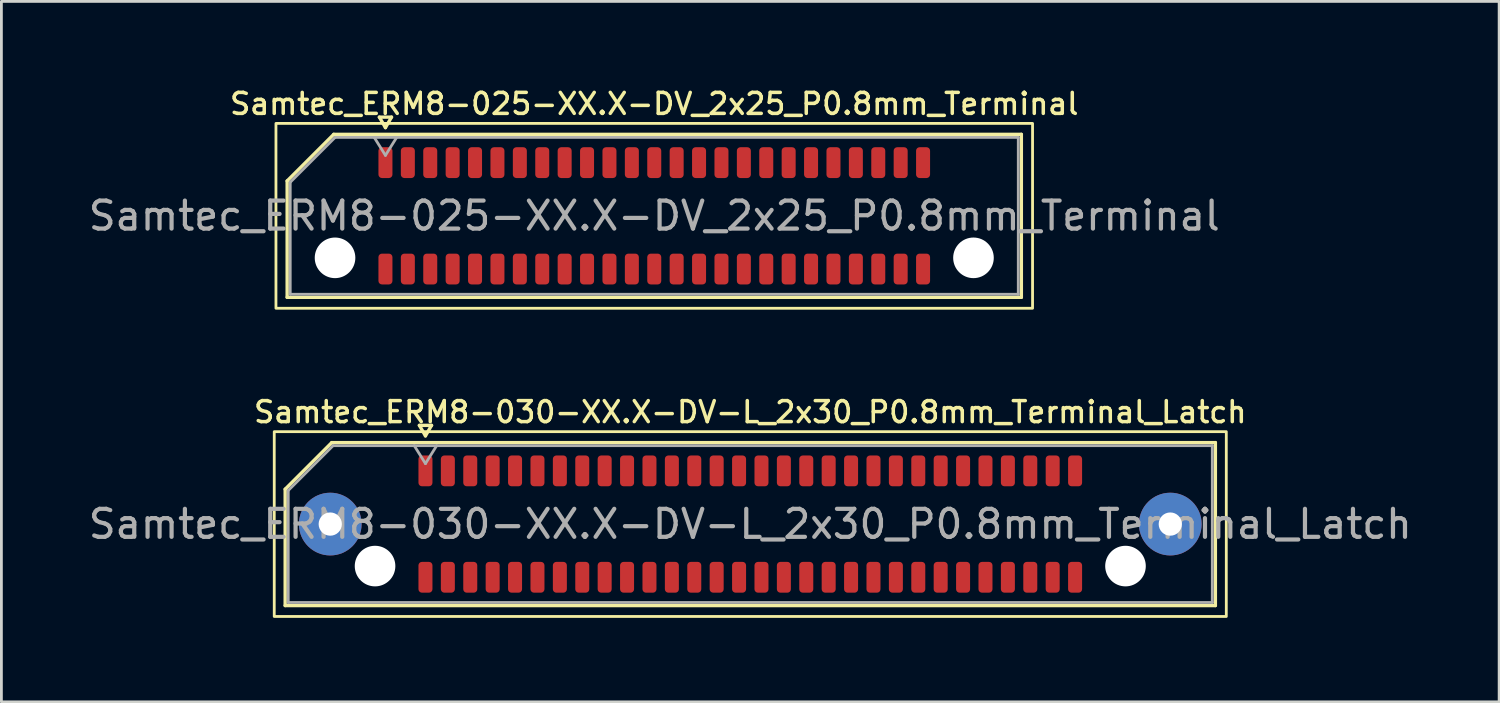
<source format=kicad_pcb>
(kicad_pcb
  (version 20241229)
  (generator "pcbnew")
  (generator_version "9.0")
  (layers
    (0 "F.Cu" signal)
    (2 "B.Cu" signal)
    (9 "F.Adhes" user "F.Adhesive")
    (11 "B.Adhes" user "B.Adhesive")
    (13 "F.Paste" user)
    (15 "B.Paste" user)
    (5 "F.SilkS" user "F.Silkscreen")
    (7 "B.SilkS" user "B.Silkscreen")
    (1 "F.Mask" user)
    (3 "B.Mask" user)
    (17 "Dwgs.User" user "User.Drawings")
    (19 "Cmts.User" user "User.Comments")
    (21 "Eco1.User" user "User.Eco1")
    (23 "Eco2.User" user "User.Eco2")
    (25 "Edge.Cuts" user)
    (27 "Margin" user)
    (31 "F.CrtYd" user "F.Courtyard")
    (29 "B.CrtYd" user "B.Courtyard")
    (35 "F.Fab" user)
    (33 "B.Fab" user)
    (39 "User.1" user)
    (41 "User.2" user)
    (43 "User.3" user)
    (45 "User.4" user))
  (footprint "Samtec_ERM8-030-XX.X-DV-L_2x30_P0.8mm_Terminal_Latch"
    (layer "F.Cu")
    (at 23.744 15.666)
    (property "Reference" "Samtec_ERM8-030-XX.X-DV-L_2x30_P0.8mm_Terminal_Latch" (at 0 -4 0) (layer "F.SilkS") (effects (font (size 0.75 0.75) (thickness 0.125))))
    (attr smd)
    (fp_line (start -16.61 -1.246) (end -14.946 -2.91) (stroke (width 0.12) (type solid)) (layer "F.SilkS"))
    (fp_line (start -16.61 2.91) (end -16.61 -1.246) (stroke (width 0.12) (type solid)) (layer "F.SilkS"))
    (fp_line (start -14.946 -2.91) (end 16.61 -2.91) (stroke (width 0.12) (type solid)) (layer "F.SilkS"))
    (fp_line (start -11.817 -3.525) (end -11.6 -3.15) (stroke (width 0.12) (type solid)) (layer "F.SilkS"))
    (fp_line (start -11.6 -3.15) (end -11.383 -3.525) (stroke (width 0.12) (type solid)) (layer "F.SilkS"))
    (fp_line (start -11.383 -3.525) (end -11.817 -3.525) (stroke (width 0.12) (type solid)) (layer "F.SilkS"))
    (fp_line (start 16.61 -2.91) (end 16.61 2.91) (stroke (width 0.12) (type solid)) (layer "F.SilkS"))
    (fp_line (start 16.61 2.91) (end -16.61 2.91) (stroke (width 0.12) (type solid)) (layer "F.SilkS"))
    (fp_rect (start -17 -3.3) (end 17 3.3) (stroke (width 0.1) (type solid)) (fill no) (layer "F.SilkS"))
    (fp_line (start -16.5 -1.2) (end -14.9 -2.8) (stroke (width 0.1) (type solid)) (layer "F.Fab"))
    (fp_line (start -16.5 2.8) (end -16.5 -1.2) (stroke (width 0.1) (type solid)) (layer "F.Fab"))
    (fp_line (start -14.9 -2.8) (end 16.5 -2.8) (stroke (width 0.1) (type solid)) (layer "F.Fab"))
    (fp_line (start -12 -2.8) (end -11.6 -2.16) (stroke (width 0.1) (type solid)) (layer "F.Fab"))
    (fp_line (start -11.6 -2.16) (end -11.2 -2.8) (stroke (width 0.1) (type solid)) (layer "F.Fab"))
    (fp_line (start 16.5 -2.8) (end 16.5 2.8) (stroke (width 0.1) (type solid)) (layer "F.Fab"))
    (fp_line (start 16.5 2.8) (end -16.5 2.8) (stroke (width 0.1) (type solid)) (layer "F.Fab"))
    (fp_text user "${REFERENCE}" (at 0 0 0) (layer "F.Fab") (effects (font (size 1 1) (thickness 0.15))))
    (pad "" thru_hole circle (at -15 0) (size 2.24 2.24) (drill 0.83) (layers "*.Cu" "*.Mask" "F.Paste"))
    (pad "" np_thru_hole circle (at -13.4 1.5) (size 1.45 1.45) (drill 1.45) (layers "*.Cu" "*.Mask"))
    (pad "" np_thru_hole circle (at 13.4 1.5) (size 1.45 1.45) (drill 1.45) (layers "*.Cu" "*.Mask"))
    (pad "" thru_hole circle (at 15 0) (size 2.24 2.24) (drill 0.83) (layers "*.Cu" "*.Mask" "F.Paste"))
    (pad "1" smd roundrect (at -11.6 -1.9) (size 0.5 1.1) (layers "F.Cu" "F.Mask" "F.Paste") (roundrect_rratio 0.25))
    (pad "2" smd roundrect (at -11.6 1.9) (size 0.5 1.1) (layers "F.Cu" "F.Mask" "F.Paste") (roundrect_rratio 0.25))
    (pad "3" smd roundrect (at -10.8 -1.9) (size 0.5 1.1) (layers "F.Cu" "F.Mask" "F.Paste") (roundrect_rratio 0.25))
    (pad "4" smd roundrect (at -10.8 1.9) (size 0.5 1.1) (layers "F.Cu" "F.Mask" "F.Paste") (roundrect_rratio 0.25))
    (pad "5" smd roundrect (at -10 -1.9) (size 0.5 1.1) (layers "F.Cu" "F.Mask" "F.Paste") (roundrect_rratio 0.25))
    (pad "6" smd roundrect (at -10 1.9) (size 0.5 1.1) (layers "F.Cu" "F.Mask" "F.Paste") (roundrect_rratio 0.25))
    (pad "7" smd roundrect (at -9.2 -1.9) (size 0.5 1.1) (layers "F.Cu" "F.Mask" "F.Paste") (roundrect_rratio 0.25))
    (pad "8" smd roundrect (at -9.2 1.9) (size 0.5 1.1) (layers "F.Cu" "F.Mask" "F.Paste") (roundrect_rratio 0.25))
    (pad "9" smd roundrect (at -8.4 -1.9) (size 0.5 1.1) (layers "F.Cu" "F.Mask" "F.Paste") (roundrect_rratio 0.25))
    (pad "10" smd roundrect (at -8.4 1.9) (size 0.5 1.1) (layers "F.Cu" "F.Mask" "F.Paste") (roundrect_rratio 0.25))
    (pad "11" smd roundrect (at -7.6 -1.9) (size 0.5 1.1) (layers "F.Cu" "F.Mask" "F.Paste") (roundrect_rratio 0.25))
    (pad "12" smd roundrect (at -7.6 1.9) (size 0.5 1.1) (layers "F.Cu" "F.Mask" "F.Paste") (roundrect_rratio 0.25))
    (pad "13" smd roundrect (at -6.8 -1.9) (size 0.5 1.1) (layers "F.Cu" "F.Mask" "F.Paste") (roundrect_rratio 0.25))
    (pad "14" smd roundrect (at -6.8 1.9) (size 0.5 1.1) (layers "F.Cu" "F.Mask" "F.Paste") (roundrect_rratio 0.25))
    (pad "15" smd roundrect (at -6 -1.9) (size 0.5 1.1) (layers "F.Cu" "F.Mask" "F.Paste") (roundrect_rratio 0.25))
    (pad "16" smd roundrect (at -6 1.9) (size 0.5 1.1) (layers "F.Cu" "F.Mask" "F.Paste") (roundrect_rratio 0.25))
    (pad "17" smd roundrect (at -5.2 -1.9) (size 0.5 1.1) (layers "F.Cu" "F.Mask" "F.Paste") (roundrect_rratio 0.25))
    (pad "18" smd roundrect (at -5.2 1.9) (size 0.5 1.1) (layers "F.Cu" "F.Mask" "F.Paste") (roundrect_rratio 0.25))
    (pad "19" smd roundrect (at -4.4 -1.9) (size 0.5 1.1) (layers "F.Cu" "F.Mask" "F.Paste") (roundrect_rratio 0.25))
    (pad "20" smd roundrect (at -4.4 1.9) (size 0.5 1.1) (layers "F.Cu" "F.Mask" "F.Paste") (roundrect_rratio 0.25))
    (pad "21" smd roundrect (at -3.6 -1.9) (size 0.5 1.1) (layers "F.Cu" "F.Mask" "F.Paste") (roundrect_rratio 0.25))
    (pad "22" smd roundrect (at -3.6 1.9) (size 0.5 1.1) (layers "F.Cu" "F.Mask" "F.Paste") (roundrect_rratio 0.25))
    (pad "23" smd roundrect (at -2.8 -1.9) (size 0.5 1.1) (layers "F.Cu" "F.Mask" "F.Paste") (roundrect_rratio 0.25))
    (pad "24" smd roundrect (at -2.8 1.9) (size 0.5 1.1) (layers "F.Cu" "F.Mask" "F.Paste") (roundrect_rratio 0.25))
    (pad "25" smd roundrect (at -2 -1.9) (size 0.5 1.1) (layers "F.Cu" "F.Mask" "F.Paste") (roundrect_rratio 0.25))
    (pad "26" smd roundrect (at -2 1.9) (size 0.5 1.1) (layers "F.Cu" "F.Mask" "F.Paste") (roundrect_rratio 0.25))
    (pad "27" smd roundrect (at -1.2 -1.9) (size 0.5 1.1) (layers "F.Cu" "F.Mask" "F.Paste") (roundrect_rratio 0.25))
    (pad "28" smd roundrect (at -1.2 1.9) (size 0.5 1.1) (layers "F.Cu" "F.Mask" "F.Paste") (roundrect_rratio 0.25))
    (pad "29" smd roundrect (at -0.4 -1.9) (size 0.5 1.1) (layers "F.Cu" "F.Mask" "F.Paste") (roundrect_rratio 0.25))
    (pad "30" smd roundrect (at -0.4 1.9) (size 0.5 1.1) (layers "F.Cu" "F.Mask" "F.Paste") (roundrect_rratio 0.25))
    (pad "31" smd roundrect (at 0.4 -1.9) (size 0.5 1.1) (layers "F.Cu" "F.Mask" "F.Paste") (roundrect_rratio 0.25))
    (pad "32" smd roundrect (at 0.4 1.9) (size 0.5 1.1) (layers "F.Cu" "F.Mask" "F.Paste") (roundrect_rratio 0.25))
    (pad "33" smd roundrect (at 1.2 -1.9) (size 0.5 1.1) (layers "F.Cu" "F.Mask" "F.Paste") (roundrect_rratio 0.25))
    (pad "34" smd roundrect (at 1.2 1.9) (size 0.5 1.1) (layers "F.Cu" "F.Mask" "F.Paste") (roundrect_rratio 0.25))
    (pad "35" smd roundrect (at 2 -1.9) (size 0.5 1.1) (layers "F.Cu" "F.Mask" "F.Paste") (roundrect_rratio 0.25))
    (pad "36" smd roundrect (at 2 1.9) (size 0.5 1.1) (layers "F.Cu" "F.Mask" "F.Paste") (roundrect_rratio 0.25))
    (pad "37" smd roundrect (at 2.8 -1.9) (size 0.5 1.1) (layers "F.Cu" "F.Mask" "F.Paste") (roundrect_rratio 0.25))
    (pad "38" smd roundrect (at 2.8 1.9) (size 0.5 1.1) (layers "F.Cu" "F.Mask" "F.Paste") (roundrect_rratio 0.25))
    (pad "39" smd roundrect (at 3.6 -1.9) (size 0.5 1.1) (layers "F.Cu" "F.Mask" "F.Paste") (roundrect_rratio 0.25))
    (pad "40" smd roundrect (at 3.6 1.9) (size 0.5 1.1) (layers "F.Cu" "F.Mask" "F.Paste") (roundrect_rratio 0.25))
    (pad "41" smd roundrect (at 4.4 -1.9) (size 0.5 1.1) (layers "F.Cu" "F.Mask" "F.Paste") (roundrect_rratio 0.25))
    (pad "42" smd roundrect (at 4.4 1.9) (size 0.5 1.1) (layers "F.Cu" "F.Mask" "F.Paste") (roundrect_rratio 0.25))
    (pad "43" smd roundrect (at 5.2 -1.9) (size 0.5 1.1) (layers "F.Cu" "F.Mask" "F.Paste") (roundrect_rratio 0.25))
    (pad "44" smd roundrect (at 5.2 1.9) (size 0.5 1.1) (layers "F.Cu" "F.Mask" "F.Paste") (roundrect_rratio 0.25))
    (pad "45" smd roundrect (at 6 -1.9) (size 0.5 1.1) (layers "F.Cu" "F.Mask" "F.Paste") (roundrect_rratio 0.25))
    (pad "46" smd roundrect (at 6 1.9) (size 0.5 1.1) (layers "F.Cu" "F.Mask" "F.Paste") (roundrect_rratio 0.25))
    (pad "47" smd roundrect (at 6.8 -1.9) (size 0.5 1.1) (layers "F.Cu" "F.Mask" "F.Paste") (roundrect_rratio 0.25))
    (pad "48" smd roundrect (at 6.8 1.9) (size 0.5 1.1) (layers "F.Cu" "F.Mask" "F.Paste") (roundrect_rratio 0.25))
    (pad "49" smd roundrect (at 7.6 -1.9) (size 0.5 1.1) (layers "F.Cu" "F.Mask" "F.Paste") (roundrect_rratio 0.25))
    (pad "50" smd roundrect (at 7.6 1.9) (size 0.5 1.1) (layers "F.Cu" "F.Mask" "F.Paste") (roundrect_rratio 0.25))
    (pad "51" smd roundrect (at 8.4 -1.9) (size 0.5 1.1) (layers "F.Cu" "F.Mask" "F.Paste") (roundrect_rratio 0.25))
    (pad "52" smd roundrect (at 8.4 1.9) (size 0.5 1.1) (layers "F.Cu" "F.Mask" "F.Paste") (roundrect_rratio 0.25))
    (pad "53" smd roundrect (at 9.2 -1.9) (size 0.5 1.1) (layers "F.Cu" "F.Mask" "F.Paste") (roundrect_rratio 0.25))
    (pad "54" smd roundrect (at 9.2 1.9) (size 0.5 1.1) (layers "F.Cu" "F.Mask" "F.Paste") (roundrect_rratio 0.25))
    (pad "55" smd roundrect (at 10 -1.9) (size 0.5 1.1) (layers "F.Cu" "F.Mask" "F.Paste") (roundrect_rratio 0.25))
    (pad "56" smd roundrect (at 10 1.9) (size 0.5 1.1) (layers "F.Cu" "F.Mask" "F.Paste") (roundrect_rratio 0.25))
    (pad "57" smd roundrect (at 10.8 -1.9) (size 0.5 1.1) (layers "F.Cu" "F.Mask" "F.Paste") (roundrect_rratio 0.25))
    (pad "58" smd roundrect (at 10.8 1.9) (size 0.5 1.1) (layers "F.Cu" "F.Mask" "F.Paste") (roundrect_rratio 0.25))
    (pad "59" smd roundrect (at 11.6 -1.9) (size 0.5 1.1) (layers "F.Cu" "F.Mask" "F.Paste") (roundrect_rratio 0.25))
    (pad "60" smd roundrect (at 11.6 1.9) (size 0.5 1.1) (layers "F.Cu" "F.Mask" "F.Paste") (roundrect_rratio 0.25)))
  (footprint "Samtec_ERM8-025-XX.X-DV_2x25_P0.8mm_Terminal"
    (layer "F.Cu")
    (at 20.315 4.658)
    (property "Reference" "Samtec_ERM8-025-XX.X-DV_2x25_P0.8mm_Terminal" (at 0 -4 0) (layer "F.SilkS") (effects (font (size 0.75 0.75) (thickness 0.125))))
    (attr smd)
    (fp_line (start -13.11 -1.246) (end -11.446 -2.91) (stroke (width 0.12) (type solid)) (layer "F.SilkS"))
    (fp_line (start -13.11 2.91) (end -13.11 -1.246) (stroke (width 0.12) (type solid)) (layer "F.SilkS"))
    (fp_line (start -11.446 -2.91) (end 13.11 -2.91) (stroke (width 0.12) (type solid)) (layer "F.SilkS"))
    (fp_line (start -9.817 -3.525) (end -9.6 -3.15) (stroke (width 0.12) (type solid)) (layer "F.SilkS"))
    (fp_line (start -9.6 -3.15) (end -9.383 -3.525) (stroke (width 0.12) (type solid)) (layer "F.SilkS"))
    (fp_line (start -9.383 -3.525) (end -9.817 -3.525) (stroke (width 0.12) (type solid)) (layer "F.SilkS"))
    (fp_line (start 13.11 -2.91) (end 13.11 2.91) (stroke (width 0.12) (type solid)) (layer "F.SilkS"))
    (fp_line (start 13.11 2.91) (end -13.11 2.91) (stroke (width 0.12) (type solid)) (layer "F.SilkS"))
    (fp_rect (start -13.51 -3.3) (end 13.51 3.3) (stroke (width 0.1) (type solid)) (fill no) (layer "F.SilkS"))
    (fp_line (start -13 -1.2) (end -11.4 -2.8) (stroke (width 0.1) (type solid)) (layer "F.Fab"))
    (fp_line (start -13 2.8) (end -13 -1.2) (stroke (width 0.1) (type solid)) (layer "F.Fab"))
    (fp_line (start -11.4 -2.8) (end 13 -2.8) (stroke (width 0.1) (type solid)) (layer "F.Fab"))
    (fp_line (start -10 -2.8) (end -9.6 -2.16) (stroke (width 0.1) (type solid)) (layer "F.Fab"))
    (fp_line (start -9.6 -2.16) (end -9.2 -2.8) (stroke (width 0.1) (type solid)) (layer "F.Fab"))
    (fp_line (start 13 -2.8) (end 13 2.8) (stroke (width 0.1) (type solid)) (layer "F.Fab"))
    (fp_line (start 13 2.8) (end -13 2.8) (stroke (width 0.1) (type solid)) (layer "F.Fab"))
    (fp_text user "${REFERENCE}" (at 0 0 0) (layer "F.Fab") (effects (font (size 1 1) (thickness 0.15))))
    (pad "" np_thru_hole circle (at -11.4 1.5) (size 1.45 1.45) (drill 1.45) (layers "*.Cu" "*.Mask"))
    (pad "" np_thru_hole circle (at 11.4 1.5) (size 1.45 1.45) (drill 1.45) (layers "*.Cu" "*.Mask"))
    (pad "1" smd roundrect (at -9.6 -1.9) (size 0.5 1.1) (layers "F.Cu" "F.Mask" "F.Paste") (roundrect_rratio 0.25))
    (pad "2" smd roundrect (at -9.6 1.9) (size 0.5 1.1) (layers "F.Cu" "F.Mask" "F.Paste") (roundrect_rratio 0.25))
    (pad "3" smd roundrect (at -8.8 -1.9) (size 0.5 1.1) (layers "F.Cu" "F.Mask" "F.Paste") (roundrect_rratio 0.25))
    (pad "4" smd roundrect (at -8.8 1.9) (size 0.5 1.1) (layers "F.Cu" "F.Mask" "F.Paste") (roundrect_rratio 0.25))
    (pad "5" smd roundrect (at -8 -1.9) (size 0.5 1.1) (layers "F.Cu" "F.Mask" "F.Paste") (roundrect_rratio 0.25))
    (pad "6" smd roundrect (at -8 1.9) (size 0.5 1.1) (layers "F.Cu" "F.Mask" "F.Paste") (roundrect_rratio 0.25))
    (pad "7" smd roundrect (at -7.2 -1.9) (size 0.5 1.1) (layers "F.Cu" "F.Mask" "F.Paste") (roundrect_rratio 0.25))
    (pad "8" smd roundrect (at -7.2 1.9) (size 0.5 1.1) (layers "F.Cu" "F.Mask" "F.Paste") (roundrect_rratio 0.25))
    (pad "9" smd roundrect (at -6.4 -1.9) (size 0.5 1.1) (layers "F.Cu" "F.Mask" "F.Paste") (roundrect_rratio 0.25))
    (pad "10" smd roundrect (at -6.4 1.9) (size 0.5 1.1) (layers "F.Cu" "F.Mask" "F.Paste") (roundrect_rratio 0.25))
    (pad "11" smd roundrect (at -5.6 -1.9) (size 0.5 1.1) (layers "F.Cu" "F.Mask" "F.Paste") (roundrect_rratio 0.25))
    (pad "12" smd roundrect (at -5.6 1.9) (size 0.5 1.1) (layers "F.Cu" "F.Mask" "F.Paste") (roundrect_rratio 0.25))
    (pad "13" smd roundrect (at -4.8 -1.9) (size 0.5 1.1) (layers "F.Cu" "F.Mask" "F.Paste") (roundrect_rratio 0.25))
    (pad "14" smd roundrect (at -4.8 1.9) (size 0.5 1.1) (layers "F.Cu" "F.Mask" "F.Paste") (roundrect_rratio 0.25))
    (pad "15" smd roundrect (at -4 -1.9) (size 0.5 1.1) (layers "F.Cu" "F.Mask" "F.Paste") (roundrect_rratio 0.25))
    (pad "16" smd roundrect (at -4 1.9) (size 0.5 1.1) (layers "F.Cu" "F.Mask" "F.Paste") (roundrect_rratio 0.25))
    (pad "17" smd roundrect (at -3.2 -1.9) (size 0.5 1.1) (layers "F.Cu" "F.Mask" "F.Paste") (roundrect_rratio 0.25))
    (pad "18" smd roundrect (at -3.2 1.9) (size 0.5 1.1) (layers "F.Cu" "F.Mask" "F.Paste") (roundrect_rratio 0.25))
    (pad "19" smd roundrect (at -2.4 -1.9) (size 0.5 1.1) (layers "F.Cu" "F.Mask" "F.Paste") (roundrect_rratio 0.25))
    (pad "20" smd roundrect (at -2.4 1.9) (size 0.5 1.1) (layers "F.Cu" "F.Mask" "F.Paste") (roundrect_rratio 0.25))
    (pad "21" smd roundrect (at -1.6 -1.9) (size 0.5 1.1) (layers "F.Cu" "F.Mask" "F.Paste") (roundrect_rratio 0.25))
    (pad "22" smd roundrect (at -1.6 1.9) (size 0.5 1.1) (layers "F.Cu" "F.Mask" "F.Paste") (roundrect_rratio 0.25))
    (pad "23" smd roundrect (at -0.8 -1.9) (size 0.5 1.1) (layers "F.Cu" "F.Mask" "F.Paste") (roundrect_rratio 0.25))
    (pad "24" smd roundrect (at -0.8 1.9) (size 0.5 1.1) (layers "F.Cu" "F.Mask" "F.Paste") (roundrect_rratio 0.25))
    (pad "25" smd roundrect (at 0 -1.9) (size 0.5 1.1) (layers "F.Cu" "F.Mask" "F.Paste") (roundrect_rratio 0.25))
    (pad "26" smd roundrect (at 0 1.9) (size 0.5 1.1) (layers "F.Cu" "F.Mask" "F.Paste") (roundrect_rratio 0.25))
    (pad "27" smd roundrect (at 0.8 -1.9) (size 0.5 1.1) (layers "F.Cu" "F.Mask" "F.Paste") (roundrect_rratio 0.25))
    (pad "28" smd roundrect (at 0.8 1.9) (size 0.5 1.1) (layers "F.Cu" "F.Mask" "F.Paste") (roundrect_rratio 0.25))
    (pad "29" smd roundrect (at 1.6 -1.9) (size 0.5 1.1) (layers "F.Cu" "F.Mask" "F.Paste") (roundrect_rratio 0.25))
    (pad "30" smd roundrect (at 1.6 1.9) (size 0.5 1.1) (layers "F.Cu" "F.Mask" "F.Paste") (roundrect_rratio 0.25))
    (pad "31" smd roundrect (at 2.4 -1.9) (size 0.5 1.1) (layers "F.Cu" "F.Mask" "F.Paste") (roundrect_rratio 0.25))
    (pad "32" smd roundrect (at 2.4 1.9) (size 0.5 1.1) (layers "F.Cu" "F.Mask" "F.Paste") (roundrect_rratio 0.25))
    (pad "33" smd roundrect (at 3.2 -1.9) (size 0.5 1.1) (layers "F.Cu" "F.Mask" "F.Paste") (roundrect_rratio 0.25))
    (pad "34" smd roundrect (at 3.2 1.9) (size 0.5 1.1) (layers "F.Cu" "F.Mask" "F.Paste") (roundrect_rratio 0.25))
    (pad "35" smd roundrect (at 4 -1.9) (size 0.5 1.1) (layers "F.Cu" "F.Mask" "F.Paste") (roundrect_rratio 0.25))
    (pad "36" smd roundrect (at 4 1.9) (size 0.5 1.1) (layers "F.Cu" "F.Mask" "F.Paste") (roundrect_rratio 0.25))
    (pad "37" smd roundrect (at 4.8 -1.9) (size 0.5 1.1) (layers "F.Cu" "F.Mask" "F.Paste") (roundrect_rratio 0.25))
    (pad "38" smd roundrect (at 4.8 1.9) (size 0.5 1.1) (layers "F.Cu" "F.Mask" "F.Paste") (roundrect_rratio 0.25))
    (pad "39" smd roundrect (at 5.6 -1.9) (size 0.5 1.1) (layers "F.Cu" "F.Mask" "F.Paste") (roundrect_rratio 0.25))
    (pad "40" smd roundrect (at 5.6 1.9) (size 0.5 1.1) (layers "F.Cu" "F.Mask" "F.Paste") (roundrect_rratio 0.25))
    (pad "41" smd roundrect (at 6.4 -1.9) (size 0.5 1.1) (layers "F.Cu" "F.Mask" "F.Paste") (roundrect_rratio 0.25))
    (pad "42" smd roundrect (at 6.4 1.9) (size 0.5 1.1) (layers "F.Cu" "F.Mask" "F.Paste") (roundrect_rratio 0.25))
    (pad "43" smd roundrect (at 7.2 -1.9) (size 0.5 1.1) (layers "F.Cu" "F.Mask" "F.Paste") (roundrect_rratio 0.25))
    (pad "44" smd roundrect (at 7.2 1.9) (size 0.5 1.1) (layers "F.Cu" "F.Mask" "F.Paste") (roundrect_rratio 0.25))
    (pad "45" smd roundrect (at 8 -1.9) (size 0.5 1.1) (layers "F.Cu" "F.Mask" "F.Paste") (roundrect_rratio 0.25))
    (pad "46" smd roundrect (at 8 1.9) (size 0.5 1.1) (layers "F.Cu" "F.Mask" "F.Paste") (roundrect_rratio 0.25))
    (pad "47" smd roundrect (at 8.8 -1.9) (size 0.5 1.1) (layers "F.Cu" "F.Mask" "F.Paste") (roundrect_rratio 0.25))
    (pad "48" smd roundrect (at 8.8 1.9) (size 0.5 1.1) (layers "F.Cu" "F.Mask" "F.Paste") (roundrect_rratio 0.25))
    (pad "49" smd roundrect (at 9.6 -1.9) (size 0.5 1.1) (layers "F.Cu" "F.Mask" "F.Paste") (roundrect_rratio 0.25))
    (pad "50" smd roundrect (at 9.6 1.9) (size 0.5 1.1) (layers "F.Cu" "F.Mask" "F.Paste") (roundrect_rratio 0.25)))
  (gr_rect
    (start -3 -3)
    (end 50.488 22.016)
    (stroke (width 0.1) (type default))
    (fill no)
    (layer "Edge.Cuts")))
</source>
